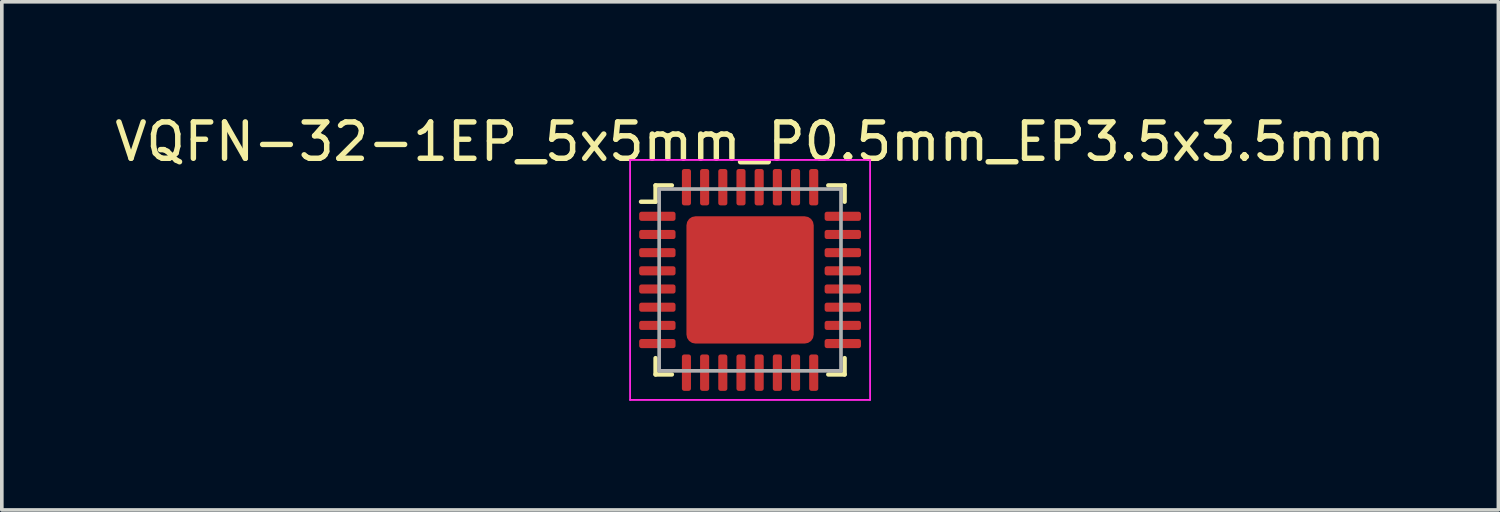
<source format=kicad_pcb>
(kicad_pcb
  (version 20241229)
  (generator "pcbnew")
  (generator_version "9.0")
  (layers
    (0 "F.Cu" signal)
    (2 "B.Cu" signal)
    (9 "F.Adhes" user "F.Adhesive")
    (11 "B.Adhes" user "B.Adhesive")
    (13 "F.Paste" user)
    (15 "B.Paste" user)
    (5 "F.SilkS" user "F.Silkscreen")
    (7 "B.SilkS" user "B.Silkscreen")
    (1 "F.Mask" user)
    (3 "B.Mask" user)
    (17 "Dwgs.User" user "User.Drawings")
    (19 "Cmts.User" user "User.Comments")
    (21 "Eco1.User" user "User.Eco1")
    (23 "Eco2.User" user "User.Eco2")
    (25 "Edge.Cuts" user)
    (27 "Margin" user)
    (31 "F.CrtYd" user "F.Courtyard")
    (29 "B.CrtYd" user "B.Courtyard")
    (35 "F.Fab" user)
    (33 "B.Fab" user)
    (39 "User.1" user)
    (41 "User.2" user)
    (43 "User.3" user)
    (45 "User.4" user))
  (footprint "VQFN-32-1EP_5x5mm_P0.5mm_EP3.5x3.5mm"
    (layer "F.Cu")
    (at 17.577 4.648)
    (property "Reference" "VQFN-32-1EP_5x5mm_P0.5mm_EP3.5x3.5mm" (at 0 -3.8 0) (layer "F.SilkS") (effects (font (size 1 1) (thickness 0.15))))
    (attr smd)
    (fp_line (start -3 -2.15) (end -2.6 -2.15) (stroke (width 0.12) (type solid)) (layer "F.SilkS"))
    (fp_line (start -2.6 -2.15) (end -2.6 -2.6) (stroke (width 0.12) (type solid)) (layer "F.SilkS"))
    (fp_line (start -2.6 2.6) (end -2.6 2.15) (stroke (width 0.12) (type solid)) (layer "F.SilkS"))
    (fp_line (start -2.15 -2.6) (end -2.6 -2.6) (stroke (width 0.12) (type solid)) (layer "F.SilkS"))
    (fp_line (start -2.15 2.6) (end -2.6 2.6) (stroke (width 0.12) (type solid)) (layer "F.SilkS"))
    (fp_line (start 2.15 -2.6) (end 2.6 -2.6) (stroke (width 0.12) (type solid)) (layer "F.SilkS"))
    (fp_line (start 2.15 2.6) (end 2.6 2.6) (stroke (width 0.12) (type solid)) (layer "F.SilkS"))
    (fp_line (start 2.6 -2.6) (end 2.6 -2.15) (stroke (width 0.12) (type solid)) (layer "F.SilkS"))
    (fp_line (start 2.6 2.6) (end 2.6 2.15) (stroke (width 0.12) (type solid)) (layer "F.SilkS"))
    (fp_line (start -3.3 -3.3) (end -3.3 3.3) (stroke (width 0.05) (type solid)) (layer "F.CrtYd"))
    (fp_line (start -3.3 3.3) (end 3.3 3.3) (stroke (width 0.05) (type solid)) (layer "F.CrtYd"))
    (fp_line (start 3.3 -3.3) (end -3.3 -3.3) (stroke (width 0.05) (type solid)) (layer "F.CrtYd"))
    (fp_line (start 3.3 3.3) (end 3.3 -3.3) (stroke (width 0.05) (type solid)) (layer "F.CrtYd"))
    (fp_line (start -2.5 -2.5) (end 2.5 -2.5) (stroke (width 0.1) (type solid)) (layer "F.Fab"))
    (fp_line (start -2.5 2.5) (end -2.5 -2.5) (stroke (width 0.1) (type solid)) (layer "F.Fab"))
    (fp_line (start 2.5 -2.5) (end 2.5 2.5) (stroke (width 0.1) (type solid)) (layer "F.Fab"))
    (fp_line (start 2.5 2.5) (end -2.5 2.5) (stroke (width 0.1) (type solid)) (layer "F.Fab"))
    (pad "" smd roundrect (at -0.875 -0.875) (size 1.41 1.41) (layers "F.Paste") (roundrect_rratio 0.177))
    (pad "" smd roundrect (at -0.875 0.875) (size 1.41 1.41) (layers "F.Paste") (roundrect_rratio 0.177))
    (pad "" smd roundrect (at 0.875 -0.875) (size 1.41 1.41) (layers "F.Paste") (roundrect_rratio 0.177))
    (pad "" smd roundrect (at 0.875 0.875) (size 1.41 1.41) (layers "F.Paste") (roundrect_rratio 0.177))
    (pad "1" smd roundrect (at -2.55 -1.75) (size 1 0.25) (layers "F.Cu" "F.Mask" "F.Paste") (roundrect_rratio 0.25))
    (pad "2" smd roundrect (at -2.55 -1.25) (size 1 0.25) (layers "F.Cu" "F.Mask" "F.Paste") (roundrect_rratio 0.25))
    (pad "3" smd roundrect (at -2.55 -0.75) (size 1 0.25) (layers "F.Cu" "F.Mask" "F.Paste") (roundrect_rratio 0.25))
    (pad "4" smd roundrect (at -2.55 -0.25) (size 1 0.25) (layers "F.Cu" "F.Mask" "F.Paste") (roundrect_rratio 0.25))
    (pad "5" smd roundrect (at -2.55 0.25) (size 1 0.25) (layers "F.Cu" "F.Mask" "F.Paste") (roundrect_rratio 0.25))
    (pad "6" smd roundrect (at -2.55 0.75) (size 1 0.25) (layers "F.Cu" "F.Mask" "F.Paste") (roundrect_rratio 0.25))
    (pad "7" smd roundrect (at -2.55 1.25) (size 1 0.25) (layers "F.Cu" "F.Mask" "F.Paste") (roundrect_rratio 0.25))
    (pad "8" smd roundrect (at -2.55 1.75) (size 1 0.25) (layers "F.Cu" "F.Mask" "F.Paste") (roundrect_rratio 0.25))
    (pad "9" smd roundrect (at -1.75 2.55) (size 0.25 1) (layers "F.Cu" "F.Mask" "F.Paste") (roundrect_rratio 0.25))
    (pad "10" smd roundrect (at -1.25 2.55) (size 0.25 1) (layers "F.Cu" "F.Mask" "F.Paste") (roundrect_rratio 0.25))
    (pad "11" smd roundrect (at -0.75 2.55) (size 0.25 1) (layers "F.Cu" "F.Mask" "F.Paste") (roundrect_rratio 0.25))
    (pad "12" smd roundrect (at -0.25 2.55) (size 0.25 1) (layers "F.Cu" "F.Mask" "F.Paste") (roundrect_rratio 0.25))
    (pad "13" smd roundrect (at 0.25 2.55) (size 0.25 1) (layers "F.Cu" "F.Mask" "F.Paste") (roundrect_rratio 0.25))
    (pad "14" smd roundrect (at 0.75 2.55) (size 0.25 1) (layers "F.Cu" "F.Mask" "F.Paste") (roundrect_rratio 0.25))
    (pad "15" smd roundrect (at 1.25 2.55) (size 0.25 1) (layers "F.Cu" "F.Mask" "F.Paste") (roundrect_rratio 0.25))
    (pad "16" smd roundrect (at 1.75 2.55) (size 0.25 1) (layers "F.Cu" "F.Mask" "F.Paste") (roundrect_rratio 0.25))
    (pad "17" smd roundrect (at 2.55 1.75) (size 1 0.25) (layers "F.Cu" "F.Mask" "F.Paste") (roundrect_rratio 0.25))
    (pad "18" smd roundrect (at 2.55 1.25) (size 1 0.25) (layers "F.Cu" "F.Mask" "F.Paste") (roundrect_rratio 0.25))
    (pad "19" smd roundrect (at 2.55 0.75) (size 1 0.25) (layers "F.Cu" "F.Mask" "F.Paste") (roundrect_rratio 0.25))
    (pad "20" smd roundrect (at 2.55 0.25) (size 1 0.25) (layers "F.Cu" "F.Mask" "F.Paste") (roundrect_rratio 0.25))
    (pad "21" smd roundrect (at 2.55 -0.25) (size 1 0.25) (layers "F.Cu" "F.Mask" "F.Paste") (roundrect_rratio 0.25))
    (pad "22" smd roundrect (at 2.55 -0.75) (size 1 0.25) (layers "F.Cu" "F.Mask" "F.Paste") (roundrect_rratio 0.25))
    (pad "23" smd roundrect (at 2.55 -1.25) (size 1 0.25) (layers "F.Cu" "F.Mask" "F.Paste") (roundrect_rratio 0.25))
    (pad "24" smd roundrect (at 2.55 -1.75) (size 1 0.25) (layers "F.Cu" "F.Mask" "F.Paste") (roundrect_rratio 0.25))
    (pad "25" smd roundrect (at 1.75 -2.55) (size 0.25 1) (layers "F.Cu" "F.Mask" "F.Paste") (roundrect_rratio 0.25))
    (pad "26" smd roundrect (at 1.25 -2.55) (size 0.25 1) (layers "F.Cu" "F.Mask" "F.Paste") (roundrect_rratio 0.25))
    (pad "27" smd roundrect (at 0.75 -2.55) (size 0.25 1) (layers "F.Cu" "F.Mask" "F.Paste") (roundrect_rratio 0.25))
    (pad "28" smd roundrect (at 0.25 -2.55) (size 0.25 1) (layers "F.Cu" "F.Mask" "F.Paste") (roundrect_rratio 0.25))
    (pad "29" smd roundrect (at -0.25 -2.55) (size 0.25 1) (layers "F.Cu" "F.Mask" "F.Paste") (roundrect_rratio 0.25))
    (pad "30" smd roundrect (at -0.75 -2.55) (size 0.25 1) (layers "F.Cu" "F.Mask" "F.Paste") (roundrect_rratio 0.25))
    (pad "31" smd roundrect (at -1.25 -2.55) (size 0.25 1) (layers "F.Cu" "F.Mask" "F.Paste") (roundrect_rratio 0.25))
    (pad "32" smd roundrect (at -1.75 -2.55) (size 0.25 1) (layers "F.Cu" "F.Mask" "F.Paste") (roundrect_rratio 0.25))
    (pad "33" smd roundrect (at 0 0) (size 3.5 3.5) (layers "F.Cu" "F.Mask") (roundrect_rratio 0.071)))
  (gr_rect
    (start -3 -3)
    (end 38.155 10.973)
    (stroke (width 0.1) (type default))
    (fill no)
    (layer "Edge.Cuts")))
</source>
